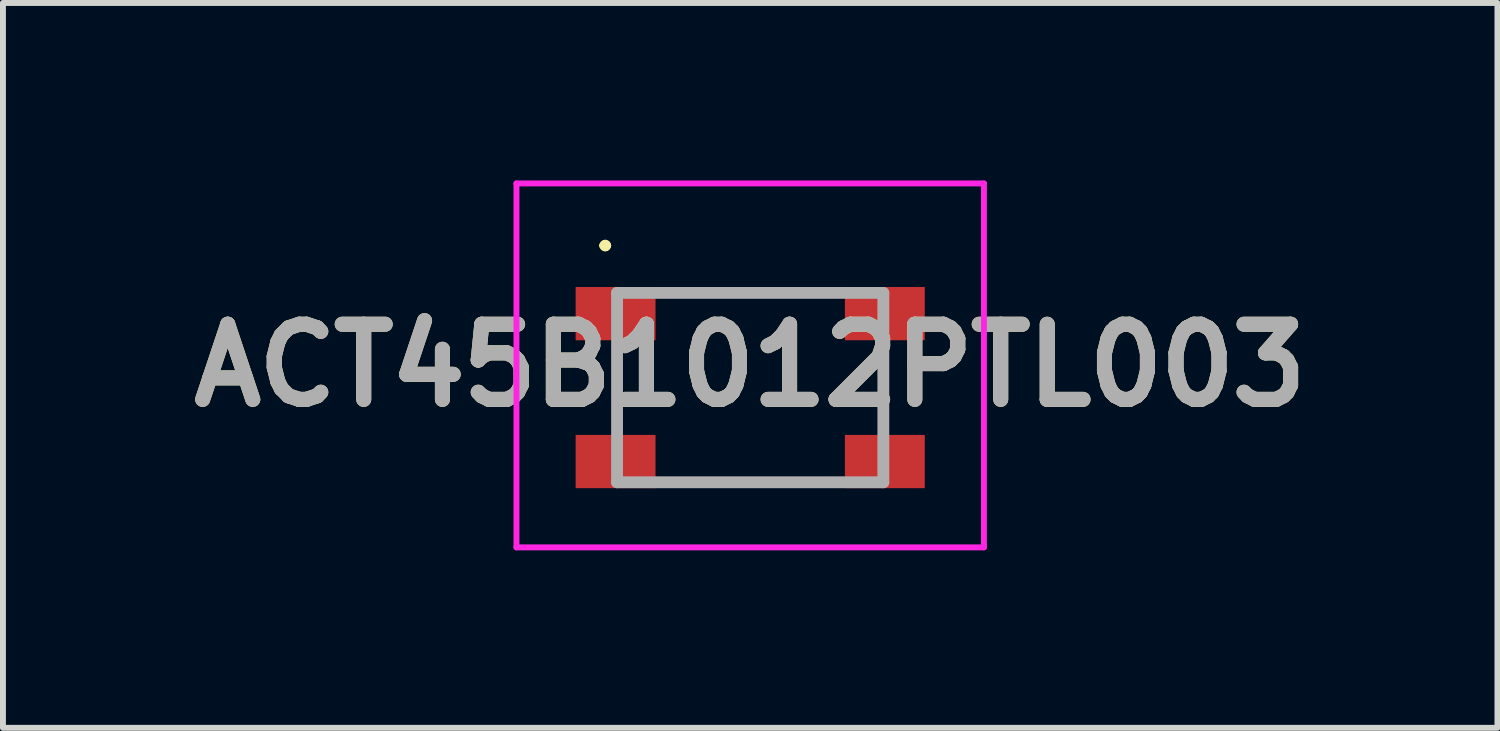
<source format=kicad_pcb>
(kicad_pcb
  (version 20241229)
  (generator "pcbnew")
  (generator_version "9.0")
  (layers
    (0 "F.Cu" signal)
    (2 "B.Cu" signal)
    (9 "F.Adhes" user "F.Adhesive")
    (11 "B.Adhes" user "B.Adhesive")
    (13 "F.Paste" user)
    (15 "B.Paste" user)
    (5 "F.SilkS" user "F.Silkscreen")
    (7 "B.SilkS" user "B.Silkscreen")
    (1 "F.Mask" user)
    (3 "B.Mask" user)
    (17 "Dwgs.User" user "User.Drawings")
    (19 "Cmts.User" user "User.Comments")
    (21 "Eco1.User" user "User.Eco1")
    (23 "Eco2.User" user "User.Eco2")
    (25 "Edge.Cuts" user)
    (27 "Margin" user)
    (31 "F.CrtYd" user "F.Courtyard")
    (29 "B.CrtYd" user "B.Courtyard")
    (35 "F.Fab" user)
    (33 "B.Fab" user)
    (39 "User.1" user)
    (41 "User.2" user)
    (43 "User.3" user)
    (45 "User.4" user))
  (footprint "ACT45B1012PTL003"
    (layer "F.Cu")
    (at 9.628 3.5)
    (property "Reference" "ACT45B1012PTL003" (at 0 -0.375 0) (layer "F.SilkS") (effects (font (size 1.27 1.27) (thickness 0.254))))
    (attr smd)
    (fp_line (start -2.5 -2.4) (end -2.5 -2.4) (stroke (width 0.1) (type solid)) (layer "F.SilkS"))
    (fp_line (start -2.4 -2.4) (end -2.4 -2.4) (stroke (width 0.1) (type solid)) (layer "F.SilkS"))
    (fp_line (start -2.25 -0.4) (end -2.25 0.4) (stroke (width 0.1) (type solid)) (layer "F.SilkS"))
    (fp_line (start -1.2 -1.6) (end 1.2 -1.6) (stroke (width 0.1) (type solid)) (layer "F.SilkS"))
    (fp_line (start -1.2 1.6) (end 1.2 1.6) (stroke (width 0.1) (type solid)) (layer "F.SilkS"))
    (fp_line (start 2.25 -0.4) (end 2.275 0.4) (stroke (width 0.1) (type solid)) (layer "F.SilkS"))
    (fp_arc (start -2.5 -2.4) (mid -2.45 -2.45) (end -2.4 -2.4) (stroke (width 0.1) (type solid)) (layer "F.SilkS"))
    (fp_arc (start -2.4 -2.4) (mid -2.45 -2.35) (end -2.5 -2.4) (stroke (width 0.1) (type solid)) (layer "F.SilkS"))
    (fp_line (start -3.95 -3.45) (end 3.95 -3.45) (stroke (width 0.1) (type solid)) (layer "F.CrtYd"))
    (fp_line (start -3.95 2.7) (end -3.95 -3.45) (stroke (width 0.1) (type solid)) (layer "F.CrtYd"))
    (fp_line (start 3.95 -3.45) (end 3.95 2.7) (stroke (width 0.1) (type solid)) (layer "F.CrtYd"))
    (fp_line (start 3.95 2.7) (end -3.95 2.7) (stroke (width 0.1) (type solid)) (layer "F.CrtYd"))
    (fp_line (start -2.25 -1.6) (end 2.25 -1.6) (stroke (width 0.2) (type solid)) (layer "F.Fab"))
    (fp_line (start -2.25 1.6) (end -2.25 -1.6) (stroke (width 0.2) (type solid)) (layer "F.Fab"))
    (fp_line (start 2.25 -1.6) (end 2.25 1.6) (stroke (width 0.2) (type solid)) (layer "F.Fab"))
    (fp_line (start 2.25 1.6) (end -2.25 1.6) (stroke (width 0.2) (type solid)) (layer "F.Fab"))
    (fp_text user "${REFERENCE}" (at 0 -0.375 0) (layer "F.Fab") (effects (font (size 1.27 1.27) (thickness 0.254))))
    (pad "1" smd rect (at -2.275 -1.25 90) (size 0.9 1.35) (layers "F.Cu" "F.Mask" "F.Paste"))
    (pad "2" smd rect (at -2.275 1.25 90) (size 0.9 1.35) (layers "F.Cu" "F.Mask" "F.Paste"))
    (pad "3" smd rect (at 2.275 1.25 90) (size 0.9 1.35) (layers "F.Cu" "F.Mask" "F.Paste"))
    (pad "4" smd rect (at 2.275 -1.25 90) (size 0.9 1.35) (layers "F.Cu" "F.Mask" "F.Paste")))
  (gr_rect
    (start -3 -3)
    (end 22.256 9.25)
    (stroke (width 0.1) (type default))
    (fill no)
    (layer "Edge.Cuts")))
</source>
